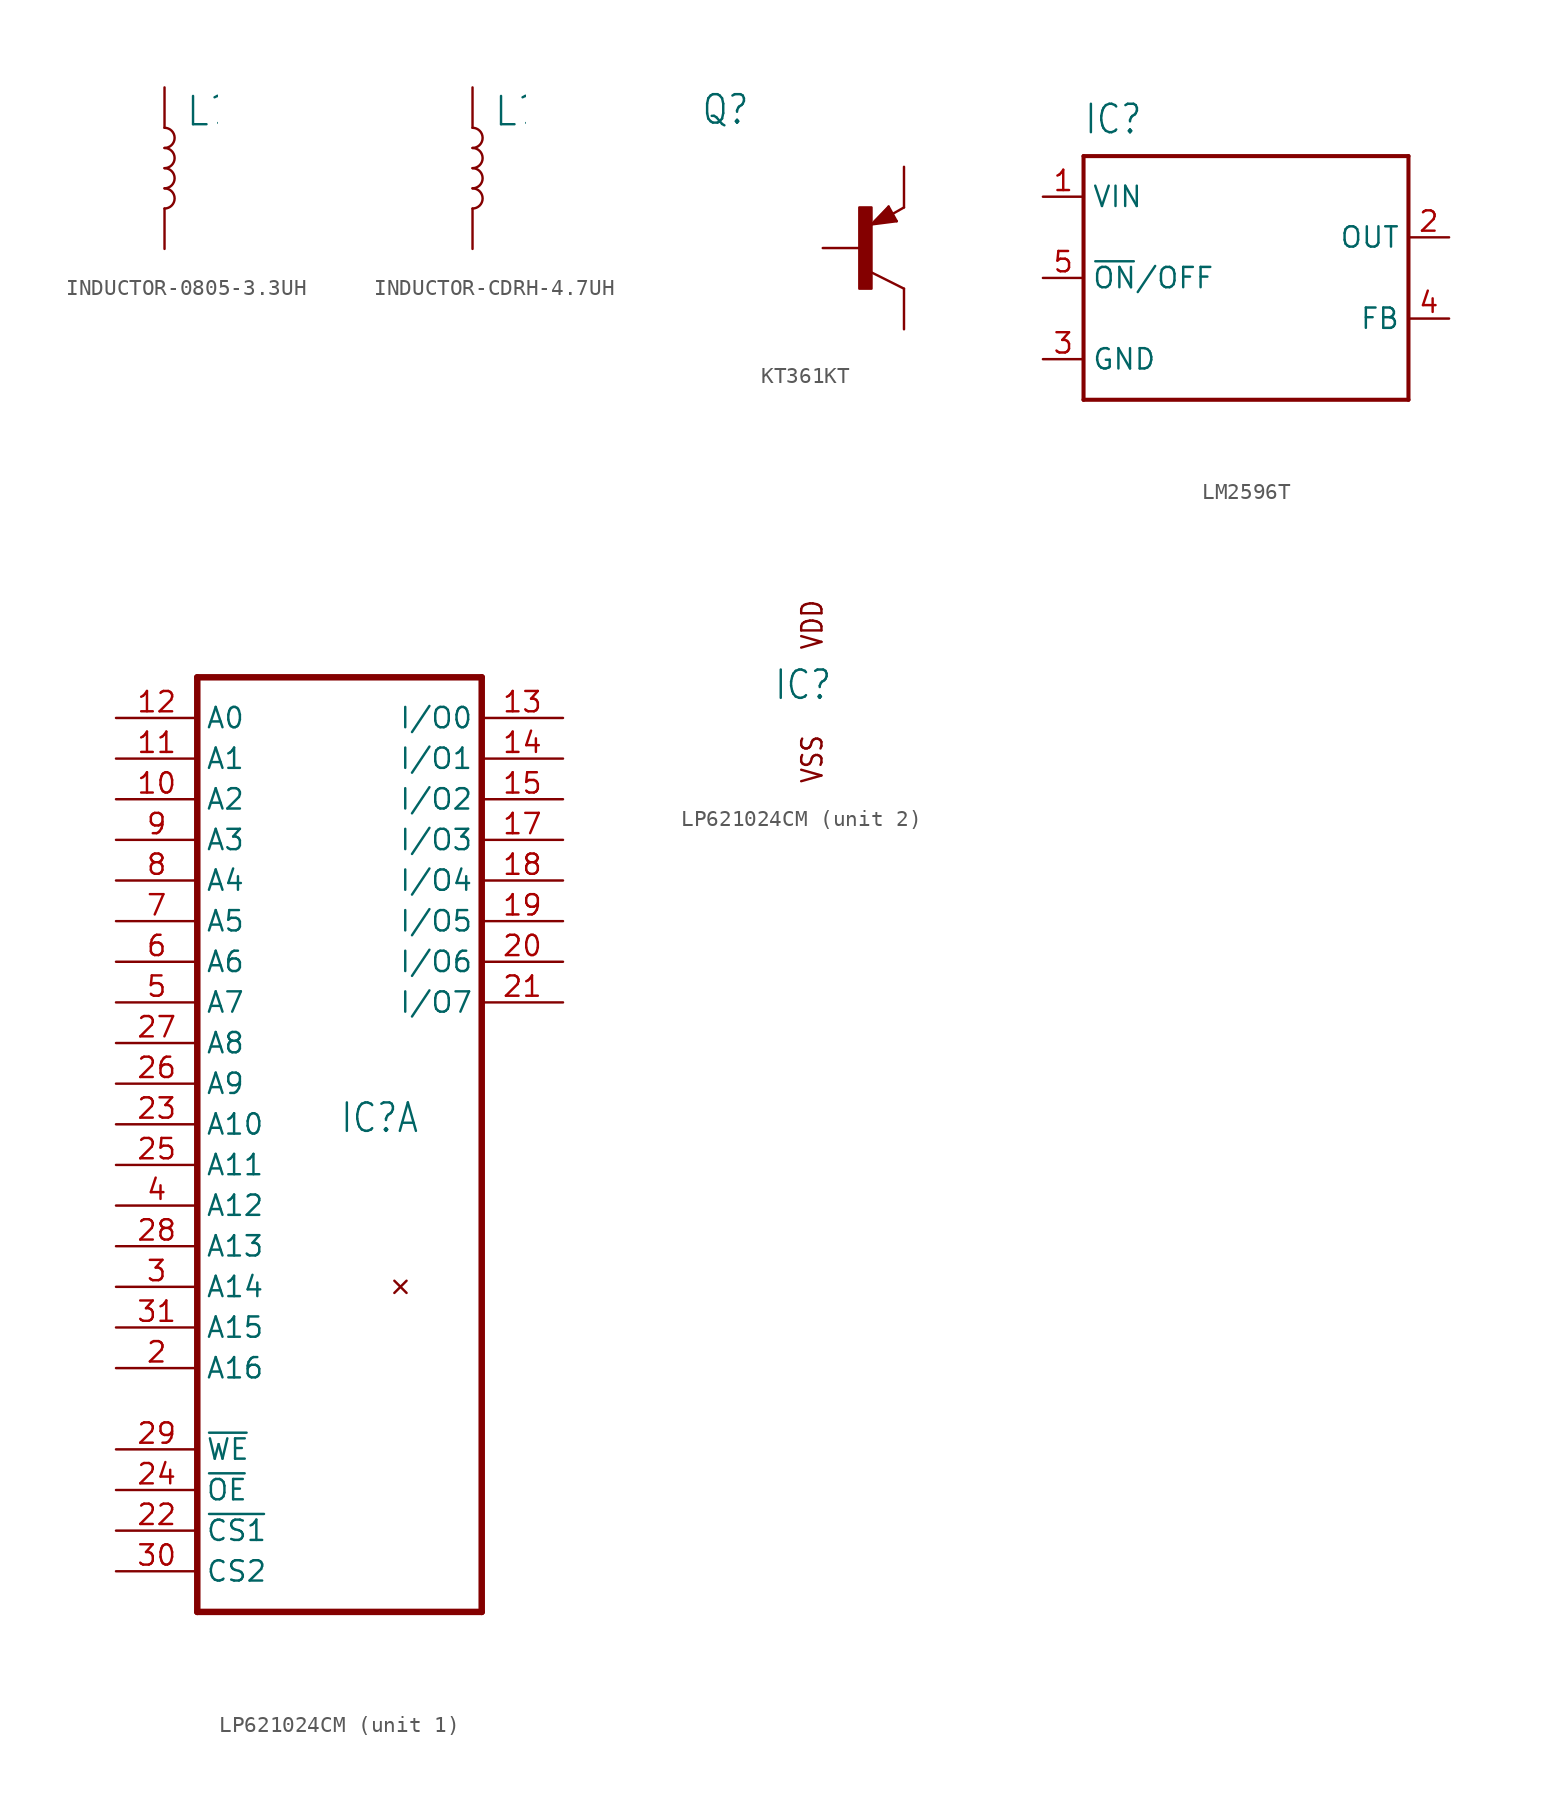
<source format=kicad_sym>
(kicad_symbol_lib
  (version 20220914)
  (generator kicad_symbol_editor)
  (symbol "INDUCTOR-0805-3.3UH"
    (property "Reference" "L"
      (at 1.27 2.54 0)
      (effects (font (size 1.778 1.778)) (justify left bottom)))
    (property "Value" ""
      (at 1.27 -2.54 0)
      (effects (font (size 1.778 1.778)) (justify left top)))
    (property "ki_locked" ""
      (at 0 0 0)
      (effects (font (size 1.27 1.27))))
    (symbol "INDUCTOR-0805-3.3UH_1_0"
      (arc (start 0 -2.54) (mid 0.6323 -1.905) (end 0 -1.27) (stroke (width 0.1524) (type solid)) (fill (type none)))
      (arc (start 0 -1.27) (mid 0.6323 -0.635) (end 0 0) (stroke (width 0.1524) (type solid)) (fill (type none)))
      (arc (start 0 0) (mid 0.6323 0.635) (end 0 1.27) (stroke (width 0.1524) (type solid)) (fill (type none)))
      (arc (start 0 1.27) (mid 0.6323 1.905) (end 0 2.54) (stroke (width 0.1524) (type solid)) (fill (type none)))
      (pin passive line (at 0 5.08 270) (length 2.54) (name "1" (effects (font (size 0 0)))) (number "1" (effects (font (size 0 0)))))
      (pin passive line (at 0 -5.08 90) (length 2.54) (name "2" (effects (font (size 0 0)))) (number "2" (effects (font (size 0 0)))))))
  (symbol "INDUCTOR-CDRH-4.7UH"
    (property "Reference" "L"
      (at 1.27 2.54 0)
      (effects (font (size 1.778 1.778)) (justify left bottom)))
    (property "Value" ""
      (at 1.27 -2.54 0)
      (effects (font (size 1.778 1.778)) (justify left top)))
    (property "ki_locked" ""
      (at 0 0 0)
      (effects (font (size 1.27 1.27))))
    (symbol "INDUCTOR-CDRH-4.7UH_1_0"
      (arc (start 0 -2.54) (mid 0.6323 -1.905) (end 0 -1.27) (stroke (width 0.1524) (type solid)) (fill (type none)))
      (arc (start 0 -1.27) (mid 0.6323 -0.635) (end 0 0) (stroke (width 0.1524) (type solid)) (fill (type none)))
      (arc (start 0 0) (mid 0.6323 0.635) (end 0 1.27) (stroke (width 0.1524) (type solid)) (fill (type none)))
      (arc (start 0 1.27) (mid 0.6323 1.905) (end 0 2.54) (stroke (width 0.1524) (type solid)) (fill (type none)))
      (pin passive line (at 0 5.08 270) (length 2.54) (name "1" (effects (font (size 0 0)))) (number "P$1" (effects (font (size 0 0)))))
      (pin passive line (at 0 -5.08 90) (length 2.54) (name "2" (effects (font (size 0 0)))) (number "P$2" (effects (font (size 0 0)))))))
  (symbol "KT361KT"
    (property "Reference" "Q"
      (at -10.16 7.62 0)
      (effects (font (size 1.778 1.511)) (justify left bottom)))
    (property "Value" ""
      (at -10.16 5.08 0)
      (effects (font (size 1.778 1.511)) (justify left bottom)))
    (property "ki_locked" ""
      (at 0 0 0)
      (effects (font (size 1.27 1.27))))
    (symbol "KT361KT_1_0"
      (rectangle (start -0.254 -2.54) (end 0.508 2.54) (stroke (width 0) (type default)) (fill (type outline)))
      (polyline (pts (xy 0.516 1.478) (xy 2.086 1.678)) (stroke (width 0.152) (type solid)) (fill (type none)))
      (polyline (pts (xy 0.762 1.651) (xy 1.778 1.778)) (stroke (width 0.254) (type solid)) (fill (type none)))
      (polyline (pts (xy 1.143 1.905) (xy 1.524 1.905)) (stroke (width 0.254) (type solid)) (fill (type none)))
      (polyline (pts (xy 1.524 2.159) (xy 1.143 1.905)) (stroke (width 0.254) (type solid)) (fill (type none)))
      (polyline (pts (xy 1.524 2.413) (xy 0.762 1.651)) (stroke (width 0.254) (type solid)) (fill (type none)))
      (polyline (pts (xy 1.578 2.594) (xy 0.516 1.478)) (stroke (width 0.152) (type solid)) (fill (type none)))
      (polyline (pts (xy 1.778 1.778) (xy 1.524 2.159)) (stroke (width 0.254) (type solid)) (fill (type none)))
      (polyline (pts (xy 1.905 1.778) (xy 1.524 2.413)) (stroke (width 0.254) (type solid)) (fill (type none)))
      (polyline (pts (xy 2.086 1.678) (xy 1.578 2.594)) (stroke (width 0.152) (type solid)) (fill (type none)))
      (polyline (pts (xy 2.54 -2.54) (xy 0.508 -1.524)) (stroke (width 0.152) (type solid)) (fill (type none)))
      (polyline (pts (xy 2.54 2.54) (xy 1.808 2.124)) (stroke (width 0.152) (type solid)) (fill (type none)))
      (pin passive line (at -2.54 0 0) (length 2.54) (name "B" (effects (font (size 0 0)))) (number "B" (effects (font (size 0 0)))))
      (pin passive line (at 2.54 -5.08 90) (length 2.54) (name "C" (effects (font (size 0 0)))) (number "C" (effects (font (size 0 0)))))
      (pin passive line (at 2.54 5.08 270) (length 2.54) (name "E" (effects (font (size 0 0)))) (number "E" (effects (font (size 0 0)))))))
  (symbol "LM2596T"
    (property "Reference" "IC"
      (at -10.16 8.89 0)
      (effects (font (size 1.778 1.511)) (justify left bottom)))
    (property "Value" ""
      (at -10.16 -10.16 0)
      (effects (font (size 1.778 1.511)) (justify left bottom)))
    (property "ki_locked" ""
      (at 0 0 0)
      (effects (font (size 1.27 1.27))))
    (symbol "LM2596T_1_0"
      (polyline (pts (xy -10.16 -7.62) (xy -10.16 7.62)) (stroke (width 0.254) (type solid)) (fill (type none)))
      (polyline (pts (xy -10.16 7.62) (xy 10.16 7.62)) (stroke (width 0.254) (type solid)) (fill (type none)))
      (polyline (pts (xy 10.16 -7.62) (xy -10.16 -7.62)) (stroke (width 0.254) (type solid)) (fill (type none)))
      (polyline (pts (xy 10.16 7.62) (xy 10.16 -7.62)) (stroke (width 0.254) (type solid)) (fill (type none)))
      (pin input line (at -12.7 5.08 0) (length 2.54) (name "VIN" (effects (font (size 1.27 1.27)))) (number "1" (effects (font (size 1.27 1.27)))))
      (pin output line (at 12.7 2.54 180) (length 2.54) (name "OUT" (effects (font (size 1.27 1.27)))) (number "2" (effects (font (size 1.27 1.27)))))
      (pin power_in line (at -12.7 -5.08 0) (length 2.54) (name "GND" (effects (font (size 1.27 1.27)))) (number "3" (effects (font (size 1.27 1.27)))))
      (pin input line (at 12.7 -2.54 180) (length 2.54) (name "FB" (effects (font (size 1.27 1.27)))) (number "4" (effects (font (size 1.27 1.27)))))
      (pin input line (at -12.7 0 0) (length 2.54) (name "~{ON}/OFF" (effects (font (size 1.27 1.27)))) (number "5" (effects (font (size 1.27 1.27)))))))
  (symbol "LP621024CM"
    (property "Reference" "IC"
      (at -1.27 -0.635 0)
      (effects (font (size 1.778 1.511)) (justify left bottom)))
    (property "ki_locked" ""
      (at 0 0 0)
      (effects (font (size 1.27 1.27))))
    (symbol "LP621024CM_1_0"
      (polyline (pts (xy -10.16 -30.48) (xy -10.16 27.94)) (stroke (width 0.406) (type solid)) (fill (type none)))
      (polyline (pts (xy -10.16 -30.48) (xy 7.62 -30.48)) (stroke (width 0.406) (type solid)) (fill (type none)))
      (polyline (pts (xy 7.62 27.94) (xy -10.16 27.94)) (stroke (width 0.406) (type solid)) (fill (type none)))
      (polyline (pts (xy 7.62 27.94) (xy 7.62 -30.48)) (stroke (width 0.406) (type solid)) (fill (type none)))
      (pin no_connect line (at 2.54 -10.16 180) (length 0) (name "NC" (effects (font (size 0 0)))) (number "1" (effects (font (size 0 0)))))
      (pin input line (at -15.24 20.32 0) (length 5.08) (name "A2" (effects (font (size 1.27 1.27)))) (number "10" (effects (font (size 1.27 1.27)))))
      (pin input line (at -15.24 22.86 0) (length 5.08) (name "A1" (effects (font (size 1.27 1.27)))) (number "11" (effects (font (size 1.27 1.27)))))
      (pin input line (at -15.24 25.4 0) (length 5.08) (name "A0" (effects (font (size 1.27 1.27)))) (number "12" (effects (font (size 1.27 1.27)))))
      (pin bidirectional line (at 12.7 25.4 180) (length 5.08) (name "I/O0" (effects (font (size 1.27 1.27)))) (number "13" (effects (font (size 1.27 1.27)))))
      (pin bidirectional line (at 12.7 22.86 180) (length 5.08) (name "I/O1" (effects (font (size 1.27 1.27)))) (number "14" (effects (font (size 1.27 1.27)))))
      (pin bidirectional line (at 12.7 20.32 180) (length 5.08) (name "I/O2" (effects (font (size 1.27 1.27)))) (number "15" (effects (font (size 1.27 1.27)))))
      (pin bidirectional line (at 12.7 17.78 180) (length 5.08) (name "I/O3" (effects (font (size 1.27 1.27)))) (number "17" (effects (font (size 1.27 1.27)))))
      (pin bidirectional line (at 12.7 15.24 180) (length 5.08) (name "I/O4" (effects (font (size 1.27 1.27)))) (number "18" (effects (font (size 1.27 1.27)))))
      (pin bidirectional line (at 12.7 12.7 180) (length 5.08) (name "I/O5" (effects (font (size 1.27 1.27)))) (number "19" (effects (font (size 1.27 1.27)))))
      (pin input line (at -15.24 -15.24 0) (length 5.08) (name "A16" (effects (font (size 1.27 1.27)))) (number "2" (effects (font (size 1.27 1.27)))))
      (pin bidirectional line (at 12.7 10.16 180) (length 5.08) (name "I/O6" (effects (font (size 1.27 1.27)))) (number "20" (effects (font (size 1.27 1.27)))))
      (pin bidirectional line (at 12.7 7.62 180) (length 5.08) (name "I/O7" (effects (font (size 1.27 1.27)))) (number "21" (effects (font (size 1.27 1.27)))))
      (pin input line (at -15.24 -25.4 0) (length 5.08) (name "~{CS1}" (effects (font (size 1.27 1.27)))) (number "22" (effects (font (size 1.27 1.27)))))
      (pin input line (at -15.24 0 0) (length 5.08) (name "A10" (effects (font (size 1.27 1.27)))) (number "23" (effects (font (size 1.27 1.27)))))
      (pin input line (at -15.24 -22.86 0) (length 5.08) (name "~{OE}" (effects (font (size 1.27 1.27)))) (number "24" (effects (font (size 1.27 1.27)))))
      (pin input line (at -15.24 -2.54 0) (length 5.08) (name "A11" (effects (font (size 1.27 1.27)))) (number "25" (effects (font (size 1.27 1.27)))))
      (pin input line (at -15.24 2.54 0) (length 5.08) (name "A9" (effects (font (size 1.27 1.27)))) (number "26" (effects (font (size 1.27 1.27)))))
      (pin input line (at -15.24 5.08 0) (length 5.08) (name "A8" (effects (font (size 1.27 1.27)))) (number "27" (effects (font (size 1.27 1.27)))))
      (pin input line (at -15.24 -7.62 0) (length 5.08) (name "A13" (effects (font (size 1.27 1.27)))) (number "28" (effects (font (size 1.27 1.27)))))
      (pin input line (at -15.24 -20.32 0) (length 5.08) (name "~{WE}" (effects (font (size 1.27 1.27)))) (number "29" (effects (font (size 1.27 1.27)))))
      (pin input line (at -15.24 -10.16 0) (length 5.08) (name "A14" (effects (font (size 1.27 1.27)))) (number "3" (effects (font (size 1.27 1.27)))))
      (pin input line (at -15.24 -27.94 0) (length 5.08) (name "CS2" (effects (font (size 1.27 1.27)))) (number "30" (effects (font (size 1.27 1.27)))))
      (pin input line (at -15.24 -12.7 0) (length 5.08) (name "A15" (effects (font (size 1.27 1.27)))) (number "31" (effects (font (size 1.27 1.27)))))
      (pin input line (at -15.24 -5.08 0) (length 5.08) (name "A12" (effects (font (size 1.27 1.27)))) (number "4" (effects (font (size 1.27 1.27)))))
      (pin input line (at -15.24 7.62 0) (length 5.08) (name "A7" (effects (font (size 1.27 1.27)))) (number "5" (effects (font (size 1.27 1.27)))))
      (pin input line (at -15.24 10.16 0) (length 5.08) (name "A6" (effects (font (size 1.27 1.27)))) (number "6" (effects (font (size 1.27 1.27)))))
      (pin input line (at -15.24 12.7 0) (length 5.08) (name "A5" (effects (font (size 1.27 1.27)))) (number "7" (effects (font (size 1.27 1.27)))))
      (pin input line (at -15.24 15.24 0) (length 5.08) (name "A4" (effects (font (size 1.27 1.27)))) (number "8" (effects (font (size 1.27 1.27)))))
      (pin input line (at -15.24 17.78 0) (length 5.08) (name "A3" (effects (font (size 1.27 1.27)))) (number "9" (effects (font (size 1.27 1.27))))))
    (symbol "LP621024CM_2_0"
      (text "VDD" (at 1.905 2.54 900) (effects (font (size 1.27 1.079)) (justify left bottom)))
      (text "VSS" (at 1.905 -5.842 900) (effects (font (size 1.27 1.079)) (justify left bottom))))))
</source>
